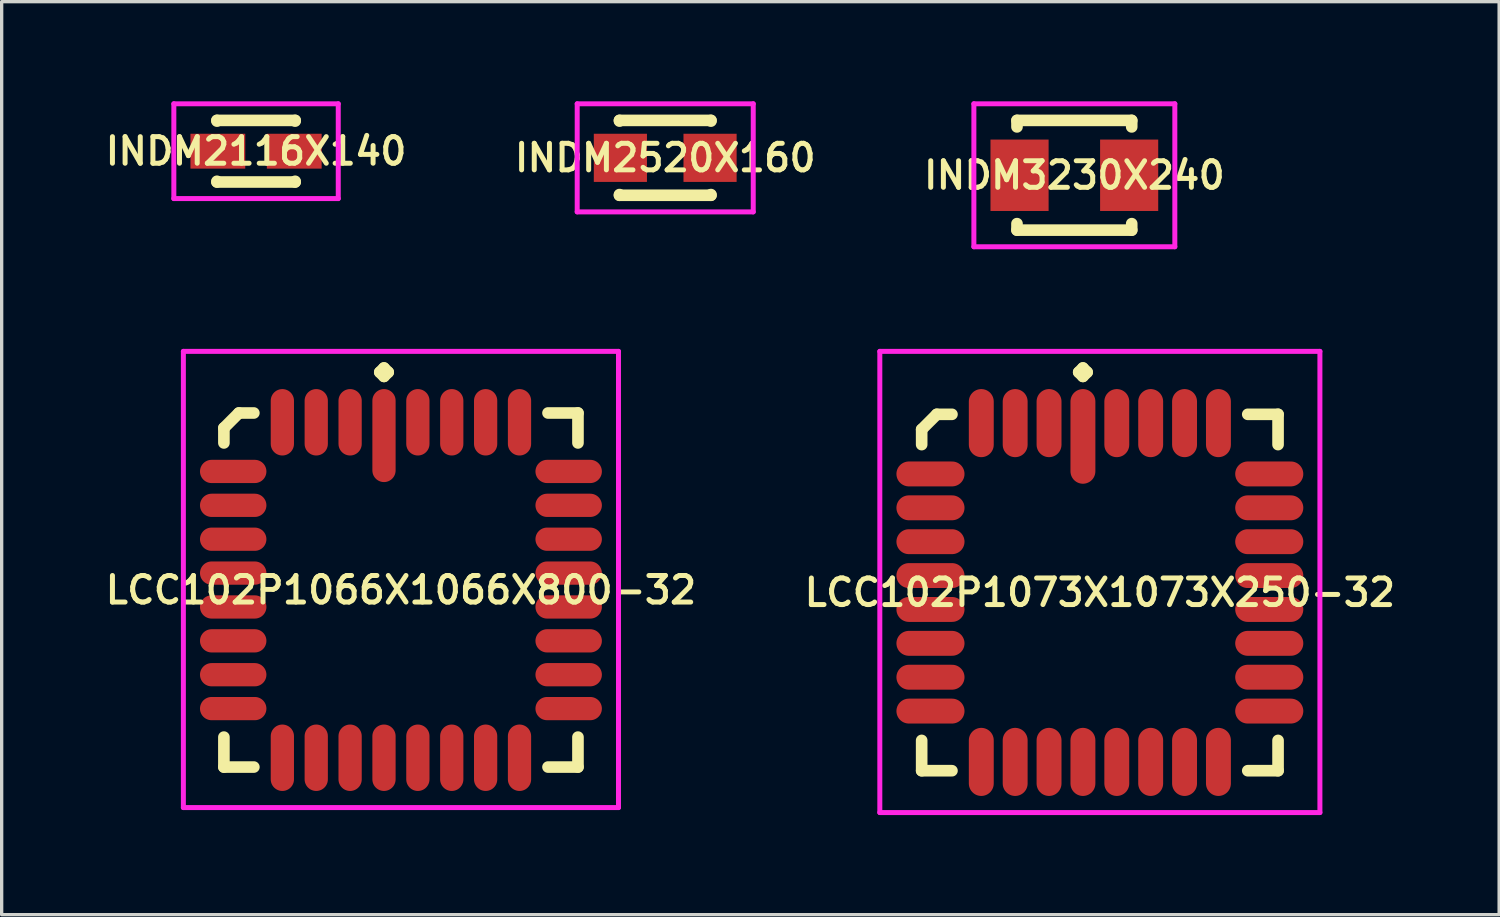
<source format=kicad_pcb>
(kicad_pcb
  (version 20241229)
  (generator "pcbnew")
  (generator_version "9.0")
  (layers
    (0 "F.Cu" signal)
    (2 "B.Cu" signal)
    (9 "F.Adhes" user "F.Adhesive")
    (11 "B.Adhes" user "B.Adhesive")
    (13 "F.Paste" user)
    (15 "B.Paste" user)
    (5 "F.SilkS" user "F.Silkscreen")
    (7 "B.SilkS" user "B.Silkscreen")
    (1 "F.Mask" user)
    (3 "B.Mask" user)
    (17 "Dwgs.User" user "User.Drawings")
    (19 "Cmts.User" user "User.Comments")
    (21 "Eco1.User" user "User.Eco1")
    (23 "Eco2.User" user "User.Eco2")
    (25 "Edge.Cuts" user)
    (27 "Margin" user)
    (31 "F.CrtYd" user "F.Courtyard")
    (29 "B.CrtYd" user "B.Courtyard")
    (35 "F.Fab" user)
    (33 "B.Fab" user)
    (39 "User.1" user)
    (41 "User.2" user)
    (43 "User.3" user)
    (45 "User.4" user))
  (footprint "INDM2520X160"
    (layer "F.Cu")
    (at 16.978 1.702)
    (property "Reference" "INDM2520X160" (at 0 0 0) (layer "F.SilkS") (effects (font (size 0.8 0.8) (thickness 0.15))))
    (attr smd)
    (fp_line (start -1.377 -1.127) (end 1.377 -1.127) (stroke (width 0.35) (type solid)) (layer "F.SilkS"))
    (fp_line (start -1.377 -1.106) (end -1.377 -1.127) (stroke (width 0.35) (type solid)) (layer "F.SilkS"))
    (fp_line (start -1.377 1.106) (end -1.377 1.127) (stroke (width 0.35) (type solid)) (layer "F.SilkS"))
    (fp_line (start -1.377 1.127) (end 1.377 1.127) (stroke (width 0.35) (type solid)) (layer "F.SilkS"))
    (fp_line (start 1.377 -1.127) (end 1.377 -1.106) (stroke (width 0.35) (type solid)) (layer "F.SilkS"))
    (fp_line (start 1.377 1.127) (end 1.377 1.106) (stroke (width 0.35) (type solid)) (layer "F.SilkS"))
    (fp_line (start -2.65 -1.627) (end 2.65 -1.627) (stroke (width 0.15) (type solid)) (layer "F.CrtYd"))
    (fp_line (start -2.65 1.627) (end -2.65 -1.627) (stroke (width 0.15) (type solid)) (layer "F.CrtYd"))
    (fp_line (start 2.65 -1.627) (end 2.65 1.627) (stroke (width 0.15) (type solid)) (layer "F.CrtYd"))
    (fp_line (start 2.65 1.627) (end -2.65 1.627) (stroke (width 0.15) (type solid)) (layer "F.CrtYd"))
    (pad "1" smd rect (at -1.35 0) (size 1.6 1.45) (layers "F.Cu" "F.Mask" "F.Paste"))
    (pad "2" smd rect (at 1.35 0) (size 1.6 1.45) (layers "F.Cu" "F.Mask" "F.Paste")))
  (footprint "LCC102P1073X1073X250-32"
    (layer "F.Cu")
    (at 30.064 14.789)
    (property "Reference" "LCC102P1073X1073X250-32" (at 0 0 0) (layer "F.SilkS") (effects (font (size 0.8 0.8) (thickness 0.15))))
    (attr smd)
    (fp_line (start -5.365 -4.909) (end -4.909 -5.365) (stroke (width 0.35) (type solid)) (layer "F.SilkS"))
    (fp_line (start -5.365 -4.453) (end -5.365 -4.909) (stroke (width 0.35) (type solid)) (layer "F.SilkS"))
    (fp_line (start -5.365 4.453) (end -5.365 5.365) (stroke (width 0.35) (type solid)) (layer "F.SilkS"))
    (fp_line (start -5.365 5.365) (end -4.453 5.365) (stroke (width 0.35) (type solid)) (layer "F.SilkS"))
    (fp_line (start -4.909 -5.365) (end -4.453 -5.365) (stroke (width 0.35) (type solid)) (layer "F.SilkS"))
    (fp_line (start -0.637 -6.633) (end -0.51 -6.76) (stroke (width 0.35) (type solid)) (layer "F.SilkS"))
    (fp_line (start -0.51 -6.76) (end -0.383 -6.633) (stroke (width 0.35) (type solid)) (layer "F.SilkS"))
    (fp_line (start -0.51 -6.506) (end -0.637 -6.633) (stroke (width 0.35) (type solid)) (layer "F.SilkS"))
    (fp_line (start -0.383 -6.633) (end -0.51 -6.506) (stroke (width 0.35) (type solid)) (layer "F.SilkS"))
    (fp_line (start 5.365 -5.365) (end 4.453 -5.365) (stroke (width 0.35) (type solid)) (layer "F.SilkS"))
    (fp_line (start 5.365 -4.453) (end 5.365 -5.365) (stroke (width 0.35) (type solid)) (layer "F.SilkS"))
    (fp_line (start 5.365 4.453) (end 5.365 5.365) (stroke (width 0.35) (type solid)) (layer "F.SilkS"))
    (fp_line (start 5.365 5.365) (end 4.453 5.365) (stroke (width 0.35) (type solid)) (layer "F.SilkS"))
    (fp_line (start -6.625 -7.26) (end 6.625 -7.26) (stroke (width 0.15) (type solid)) (layer "F.CrtYd"))
    (fp_line (start -6.625 6.625) (end -6.625 -7.26) (stroke (width 0.15) (type solid)) (layer "F.CrtYd"))
    (fp_line (start 6.625 -7.26) (end 6.625 6.625) (stroke (width 0.15) (type solid)) (layer "F.CrtYd"))
    (fp_line (start 6.625 6.625) (end -6.625 6.625) (stroke (width 0.15) (type solid)) (layer "F.CrtYd"))
    (pad "1" smd oval (at -0.51 -4.7) (size 0.75 2.85) (layers "F.Cu" "F.Mask" "F.Paste"))
    (pad "2" smd oval (at -1.53 -5.1) (size 0.75 2.05) (layers "F.Cu" "F.Mask" "F.Paste"))
    (pad "3" smd oval (at -2.55 -5.1) (size 0.75 2.05) (layers "F.Cu" "F.Mask" "F.Paste"))
    (pad "4" smd oval (at -3.57 -5.1) (size 0.75 2.05) (layers "F.Cu" "F.Mask" "F.Paste"))
    (pad "5" smd oval (at -5.1 -3.57) (size 2.05 0.75) (layers "F.Cu" "F.Mask" "F.Paste"))
    (pad "6" smd oval (at -5.1 -2.55) (size 2.05 0.75) (layers "F.Cu" "F.Mask" "F.Paste"))
    (pad "7" smd oval (at -5.1 -1.53) (size 2.05 0.75) (layers "F.Cu" "F.Mask" "F.Paste"))
    (pad "8" smd oval (at -5.1 -0.51) (size 2.05 0.75) (layers "F.Cu" "F.Mask" "F.Paste"))
    (pad "9" smd oval (at -5.1 0.51) (size 2.05 0.75) (layers "F.Cu" "F.Mask" "F.Paste"))
    (pad "10" smd oval (at -5.1 1.53) (size 2.05 0.75) (layers "F.Cu" "F.Mask" "F.Paste"))
    (pad "11" smd oval (at -5.1 2.55) (size 2.05 0.75) (layers "F.Cu" "F.Mask" "F.Paste"))
    (pad "12" smd oval (at -5.1 3.57) (size 2.05 0.75) (layers "F.Cu" "F.Mask" "F.Paste"))
    (pad "13" smd oval (at -3.57 5.1) (size 0.75 2.05) (layers "F.Cu" "F.Mask" "F.Paste"))
    (pad "14" smd oval (at -2.55 5.1) (size 0.75 2.05) (layers "F.Cu" "F.Mask" "F.Paste"))
    (pad "15" smd oval (at -1.53 5.1) (size 0.75 2.05) (layers "F.Cu" "F.Mask" "F.Paste"))
    (pad "16" smd oval (at -0.51 5.1) (size 0.75 2.05) (layers "F.Cu" "F.Mask" "F.Paste"))
    (pad "17" smd oval (at 0.51 5.1) (size 0.75 2.05) (layers "F.Cu" "F.Mask" "F.Paste"))
    (pad "18" smd oval (at 1.53 5.1) (size 0.75 2.05) (layers "F.Cu" "F.Mask" "F.Paste"))
    (pad "19" smd oval (at 2.55 5.1) (size 0.75 2.05) (layers "F.Cu" "F.Mask" "F.Paste"))
    (pad "20" smd oval (at 3.57 5.1) (size 0.75 2.05) (layers "F.Cu" "F.Mask" "F.Paste"))
    (pad "21" smd oval (at 5.1 3.57) (size 2.05 0.75) (layers "F.Cu" "F.Mask" "F.Paste"))
    (pad "22" smd oval (at 5.1 2.55) (size 2.05 0.75) (layers "F.Cu" "F.Mask" "F.Paste"))
    (pad "23" smd oval (at 5.1 1.53) (size 2.05 0.75) (layers "F.Cu" "F.Mask" "F.Paste"))
    (pad "24" smd oval (at 5.1 0.51) (size 2.05 0.75) (layers "F.Cu" "F.Mask" "F.Paste"))
    (pad "25" smd oval (at 5.1 -0.51) (size 2.05 0.75) (layers "F.Cu" "F.Mask" "F.Paste"))
    (pad "26" smd oval (at 5.1 -1.53) (size 2.05 0.75) (layers "F.Cu" "F.Mask" "F.Paste"))
    (pad "27" smd oval (at 5.1 -2.55) (size 2.05 0.75) (layers "F.Cu" "F.Mask" "F.Paste"))
    (pad "28" smd oval (at 5.1 -3.57) (size 2.05 0.75) (layers "F.Cu" "F.Mask" "F.Paste"))
    (pad "29" smd oval (at 3.57 -5.1) (size 0.75 2.05) (layers "F.Cu" "F.Mask" "F.Paste"))
    (pad "30" smd oval (at 2.55 -5.1) (size 0.75 2.05) (layers "F.Cu" "F.Mask" "F.Paste"))
    (pad "31" smd oval (at 1.53 -5.1) (size 0.75 2.05) (layers "F.Cu" "F.Mask" "F.Paste"))
    (pad "32" smd oval (at 0.51 -5.1) (size 0.75 2.05) (layers "F.Cu" "F.Mask" "F.Paste")))
  (footprint "LCC102P1066X1066X800-32"
    (layer "F.Cu")
    (at 9.021 14.714)
    (property "Reference" "LCC102P1066X1066X800-32" (at 0 0 0) (layer "F.SilkS") (effects (font (size 0.8 0.8) (thickness 0.15))))
    (attr smd)
    (fp_line (start -5.33 -4.879) (end -4.879 -5.33) (stroke (width 0.35) (type solid)) (layer "F.SilkS"))
    (fp_line (start -5.33 -4.428) (end -5.33 -4.879) (stroke (width 0.35) (type solid)) (layer "F.SilkS"))
    (fp_line (start -5.33 4.428) (end -5.33 5.33) (stroke (width 0.35) (type solid)) (layer "F.SilkS"))
    (fp_line (start -5.33 5.33) (end -4.428 5.33) (stroke (width 0.35) (type solid)) (layer "F.SilkS"))
    (fp_line (start -4.879 -5.33) (end -4.428 -5.33) (stroke (width 0.35) (type solid)) (layer "F.SilkS"))
    (fp_line (start -0.637 -6.558) (end -0.51 -6.685) (stroke (width 0.35) (type solid)) (layer "F.SilkS"))
    (fp_line (start -0.51 -6.685) (end -0.383 -6.558) (stroke (width 0.35) (type solid)) (layer "F.SilkS"))
    (fp_line (start -0.51 -6.431) (end -0.637 -6.558) (stroke (width 0.35) (type solid)) (layer "F.SilkS"))
    (fp_line (start -0.383 -6.558) (end -0.51 -6.431) (stroke (width 0.35) (type solid)) (layer "F.SilkS"))
    (fp_line (start 5.33 -5.33) (end 4.428 -5.33) (stroke (width 0.35) (type solid)) (layer "F.SilkS"))
    (fp_line (start 5.33 -4.428) (end 5.33 -5.33) (stroke (width 0.35) (type solid)) (layer "F.SilkS"))
    (fp_line (start 5.33 4.428) (end 5.33 5.33) (stroke (width 0.35) (type solid)) (layer "F.SilkS"))
    (fp_line (start 5.33 5.33) (end 4.428 5.33) (stroke (width 0.35) (type solid)) (layer "F.SilkS"))
    (fp_line (start -6.55 -7.185) (end 6.55 -7.185) (stroke (width 0.15) (type solid)) (layer "F.CrtYd"))
    (fp_line (start -6.55 6.55) (end -6.55 -7.185) (stroke (width 0.15) (type solid)) (layer "F.CrtYd"))
    (fp_line (start 6.55 -7.185) (end 6.55 6.55) (stroke (width 0.15) (type solid)) (layer "F.CrtYd"))
    (fp_line (start 6.55 6.55) (end -6.55 6.55) (stroke (width 0.15) (type solid)) (layer "F.CrtYd"))
    (pad "1" smd oval (at -0.51 -4.65) (size 0.7 2.8) (layers "F.Cu" "F.Mask" "F.Paste"))
    (pad "2" smd oval (at -1.53 -5.05) (size 0.7 2) (layers "F.Cu" "F.Mask" "F.Paste"))
    (pad "3" smd oval (at -2.55 -5.05) (size 0.7 2) (layers "F.Cu" "F.Mask" "F.Paste"))
    (pad "4" smd oval (at -3.57 -5.05) (size 0.7 2) (layers "F.Cu" "F.Mask" "F.Paste"))
    (pad "5" smd oval (at -5.05 -3.57) (size 2 0.7) (layers "F.Cu" "F.Mask" "F.Paste"))
    (pad "6" smd oval (at -5.05 -2.55) (size 2 0.7) (layers "F.Cu" "F.Mask" "F.Paste"))
    (pad "7" smd oval (at -5.05 -1.53) (size 2 0.7) (layers "F.Cu" "F.Mask" "F.Paste"))
    (pad "8" smd oval (at -5.05 -0.51) (size 2 0.7) (layers "F.Cu" "F.Mask" "F.Paste"))
    (pad "9" smd oval (at -5.05 0.51) (size 2 0.7) (layers "F.Cu" "F.Mask" "F.Paste"))
    (pad "10" smd oval (at -5.05 1.53) (size 2 0.7) (layers "F.Cu" "F.Mask" "F.Paste"))
    (pad "11" smd oval (at -5.05 2.55) (size 2 0.7) (layers "F.Cu" "F.Mask" "F.Paste"))
    (pad "12" smd oval (at -5.05 3.57) (size 2 0.7) (layers "F.Cu" "F.Mask" "F.Paste"))
    (pad "13" smd oval (at -3.57 5.05) (size 0.7 2) (layers "F.Cu" "F.Mask" "F.Paste"))
    (pad "14" smd oval (at -2.55 5.05) (size 0.7 2) (layers "F.Cu" "F.Mask" "F.Paste"))
    (pad "15" smd oval (at -1.53 5.05) (size 0.7 2) (layers "F.Cu" "F.Mask" "F.Paste"))
    (pad "16" smd oval (at -0.51 5.05) (size 0.7 2) (layers "F.Cu" "F.Mask" "F.Paste"))
    (pad "17" smd oval (at 0.51 5.05) (size 0.7 2) (layers "F.Cu" "F.Mask" "F.Paste"))
    (pad "18" smd oval (at 1.53 5.05) (size 0.7 2) (layers "F.Cu" "F.Mask" "F.Paste"))
    (pad "19" smd oval (at 2.55 5.05) (size 0.7 2) (layers "F.Cu" "F.Mask" "F.Paste"))
    (pad "20" smd oval (at 3.57 5.05) (size 0.7 2) (layers "F.Cu" "F.Mask" "F.Paste"))
    (pad "21" smd oval (at 5.05 3.57) (size 2 0.7) (layers "F.Cu" "F.Mask" "F.Paste"))
    (pad "22" smd oval (at 5.05 2.55) (size 2 0.7) (layers "F.Cu" "F.Mask" "F.Paste"))
    (pad "23" smd oval (at 5.05 1.53) (size 2 0.7) (layers "F.Cu" "F.Mask" "F.Paste"))
    (pad "24" smd oval (at 5.05 0.51) (size 2 0.7) (layers "F.Cu" "F.Mask" "F.Paste"))
    (pad "25" smd oval (at 5.05 -0.51) (size 2 0.7) (layers "F.Cu" "F.Mask" "F.Paste"))
    (pad "26" smd oval (at 5.05 -1.53) (size 2 0.7) (layers "F.Cu" "F.Mask" "F.Paste"))
    (pad "27" smd oval (at 5.05 -2.55) (size 2 0.7) (layers "F.Cu" "F.Mask" "F.Paste"))
    (pad "28" smd oval (at 5.05 -3.57) (size 2 0.7) (layers "F.Cu" "F.Mask" "F.Paste"))
    (pad "29" smd oval (at 3.57 -5.05) (size 0.7 2) (layers "F.Cu" "F.Mask" "F.Paste"))
    (pad "30" smd oval (at 2.55 -5.05) (size 0.7 2) (layers "F.Cu" "F.Mask" "F.Paste"))
    (pad "31" smd oval (at 1.53 -5.05) (size 0.7 2) (layers "F.Cu" "F.Mask" "F.Paste"))
    (pad "32" smd oval (at 0.51 -5.05) (size 0.7 2) (layers "F.Cu" "F.Mask" "F.Paste")))
  (footprint "INDM2116X140"
    (layer "F.Cu")
    (at 4.659 1.502)
    (property "Reference" "INDM2116X140" (at 0 0 0) (layer "F.SilkS") (effects (font (size 0.8 0.8) (thickness 0.15))))
    (attr through_hole)
    (fp_line (start -1.177 -0.927) (end 1.177 -0.927) (stroke (width 0.35) (type solid)) (layer "F.SilkS"))
    (fp_line (start -1.177 -0.906) (end -1.177 -0.927) (stroke (width 0.35) (type solid)) (layer "F.SilkS"))
    (fp_line (start -1.177 0.906) (end -1.177 0.927) (stroke (width 0.35) (type solid)) (layer "F.SilkS"))
    (fp_line (start -1.177 0.927) (end 1.177 0.927) (stroke (width 0.35) (type solid)) (layer "F.SilkS"))
    (fp_line (start 1.177 -0.927) (end 1.177 -0.906) (stroke (width 0.35) (type solid)) (layer "F.SilkS"))
    (fp_line (start 1.177 0.927) (end 1.177 0.906) (stroke (width 0.35) (type solid)) (layer "F.SilkS"))
    (fp_line (start -2.475 -1.427) (end 2.475 -1.427) (stroke (width 0.15) (type solid)) (layer "F.CrtYd"))
    (fp_line (start -2.475 1.427) (end -2.475 -1.427) (stroke (width 0.15) (type solid)) (layer "F.CrtYd"))
    (fp_line (start 2.475 -1.427) (end 2.475 1.427) (stroke (width 0.15) (type solid)) (layer "F.CrtYd"))
    (fp_line (start 2.475 1.427) (end -2.475 1.427) (stroke (width 0.15) (type solid)) (layer "F.CrtYd"))
    (pad "1" smd rect (at -1.15 0) (size 1.65 1.05) (layers "F.Cu" "F.Mask" "F.Paste"))
    (pad "2" smd rect (at 1.15 0) (size 1.65 1.05) (layers "F.Cu" "F.Mask" "F.Paste")))
  (footprint "INDM3230X240"
    (layer "F.Cu")
    (at 29.296 2.227)
    (property "Reference" "INDM3230X240" (at 0 0 0) (layer "F.SilkS") (effects (font (size 0.8 0.8) (thickness 0.15))))
    (attr smd)
    (fp_line (start -1.727 -1.652) (end 1.727 -1.652) (stroke (width 0.35) (type solid)) (layer "F.SilkS"))
    (fp_line (start -1.727 -1.456) (end -1.727 -1.652) (stroke (width 0.35) (type solid)) (layer "F.SilkS"))
    (fp_line (start -1.727 1.456) (end -1.727 1.652) (stroke (width 0.35) (type solid)) (layer "F.SilkS"))
    (fp_line (start -1.727 1.652) (end 1.727 1.652) (stroke (width 0.35) (type solid)) (layer "F.SilkS"))
    (fp_line (start 1.727 -1.652) (end 1.727 -1.456) (stroke (width 0.35) (type solid)) (layer "F.SilkS"))
    (fp_line (start 1.727 1.652) (end 1.727 1.456) (stroke (width 0.35) (type solid)) (layer "F.SilkS"))
    (fp_line (start -3.025 -2.152) (end 3.025 -2.152) (stroke (width 0.15) (type solid)) (layer "F.CrtYd"))
    (fp_line (start -3.025 2.152) (end -3.025 -2.152) (stroke (width 0.15) (type solid)) (layer "F.CrtYd"))
    (fp_line (start 3.025 -2.152) (end 3.025 2.152) (stroke (width 0.15) (type solid)) (layer "F.CrtYd"))
    (fp_line (start 3.025 2.152) (end -3.025 2.152) (stroke (width 0.15) (type solid)) (layer "F.CrtYd"))
    (pad "1" smd rect (at -1.65 0) (size 1.75 2.15) (layers "F.Cu" "F.Mask" "F.Paste"))
    (pad "2" smd rect (at 1.65 0) (size 1.75 2.15) (layers "F.Cu" "F.Mask" "F.Paste")))
  (gr_rect
    (start -3 -3)
    (end 42.085 24.489)
    (stroke (width 0.1) (type default))
    (fill no)
    (layer "Edge.Cuts")))
</source>
